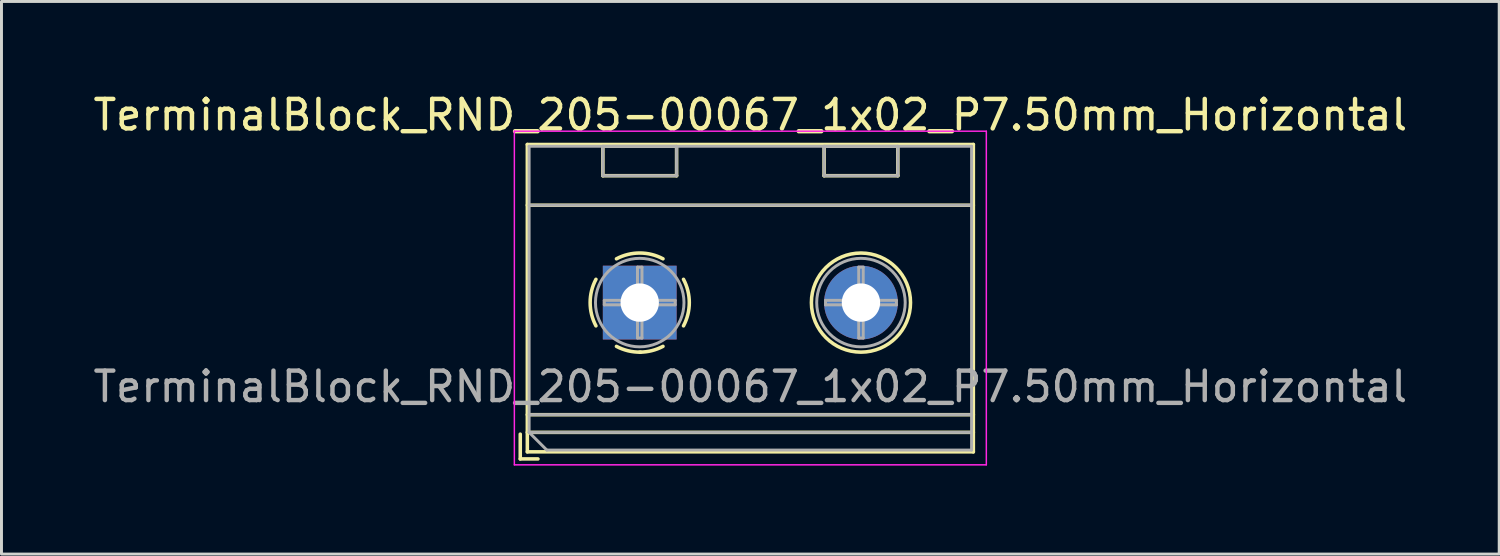
<source format=kicad_pcb>
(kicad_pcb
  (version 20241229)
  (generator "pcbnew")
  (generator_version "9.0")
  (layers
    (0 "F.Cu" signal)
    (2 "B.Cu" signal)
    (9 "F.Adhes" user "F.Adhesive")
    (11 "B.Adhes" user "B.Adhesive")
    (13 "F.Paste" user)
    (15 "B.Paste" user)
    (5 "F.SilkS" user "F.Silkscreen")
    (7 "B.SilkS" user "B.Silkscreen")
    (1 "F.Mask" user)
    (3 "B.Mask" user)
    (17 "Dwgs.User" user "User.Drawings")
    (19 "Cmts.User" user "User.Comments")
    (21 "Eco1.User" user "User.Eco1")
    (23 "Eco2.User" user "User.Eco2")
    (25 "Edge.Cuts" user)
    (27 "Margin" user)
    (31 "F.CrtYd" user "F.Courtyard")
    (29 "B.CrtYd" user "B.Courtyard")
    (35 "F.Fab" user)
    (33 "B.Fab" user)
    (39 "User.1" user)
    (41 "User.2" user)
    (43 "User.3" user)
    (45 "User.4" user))
  (footprint "TerminalBlock_RND_205-00067_1x02_P7.50mm_Horizontal"
    (layer "F.Cu")
    (at 18.637 7.208)
    (property "Reference" "TerminalBlock_RND_205-00067_1x02_P7.50mm_Horizontal" (at 3.75 -6.36 0) (layer "F.SilkS") (effects (font (size 1 1) (thickness 0.15))))
    (attr through_hole)
    (fp_line (start -4.05 4.46) (end -4.05 5.3) (stroke (width 0.12) (type solid)) (layer "F.SilkS"))
    (fp_line (start -4.05 5.3) (end -3.45 5.3) (stroke (width 0.12) (type solid)) (layer "F.SilkS"))
    (fp_line (start -3.81 -5.36) (end -3.81 5.06) (stroke (width 0.12) (type solid)) (layer "F.SilkS"))
    (fp_line (start -3.81 -5.36) (end 11.31 -5.36) (stroke (width 0.12) (type solid)) (layer "F.SilkS"))
    (fp_line (start -3.81 -3.301) (end 11.31 -3.301) (stroke (width 0.12) (type solid)) (layer "F.SilkS"))
    (fp_line (start -3.81 3.8) (end 11.31 3.8) (stroke (width 0.12) (type solid)) (layer "F.SilkS"))
    (fp_line (start -3.81 4.4) (end 11.31 4.4) (stroke (width 0.12) (type solid)) (layer "F.SilkS"))
    (fp_line (start -3.81 5.06) (end 11.31 5.06) (stroke (width 0.12) (type solid)) (layer "F.SilkS"))
    (fp_line (start -1.25 -5.301) (end -1.25 -4.301) (stroke (width 0.12) (type solid)) (layer "F.SilkS"))
    (fp_line (start -1.25 -5.301) (end 1.25 -5.301) (stroke (width 0.12) (type solid)) (layer "F.SilkS"))
    (fp_line (start -1.25 -4.301) (end 1.25 -4.301) (stroke (width 0.12) (type solid)) (layer "F.SilkS"))
    (fp_line (start 1.25 -5.301) (end 1.25 -4.301) (stroke (width 0.12) (type solid)) (layer "F.SilkS"))
    (fp_line (start 6.25 -5.301) (end 6.25 -4.301) (stroke (width 0.12) (type solid)) (layer "F.SilkS"))
    (fp_line (start 6.25 -5.301) (end 8.75 -5.301) (stroke (width 0.12) (type solid)) (layer "F.SilkS"))
    (fp_line (start 6.25 -4.301) (end 8.75 -4.301) (stroke (width 0.12) (type solid)) (layer "F.SilkS"))
    (fp_line (start 8.75 -5.301) (end 8.75 -4.301) (stroke (width 0.12) (type solid)) (layer "F.SilkS"))
    (fp_line (start 11.31 -5.36) (end 11.31 5.06) (stroke (width 0.12) (type solid)) (layer "F.SilkS"))
    (fp_arc (start -1.483953 0.789089) (mid -1.680708 0.00005) (end -1.484 -0.789) (stroke (width 0.12) (type solid)) (layer "F.SilkS"))
    (fp_arc (start -0.789089 -1.483953) (mid -0.00005 -1.680708) (end 0.789 -1.484) (stroke (width 0.12) (type solid)) (layer "F.SilkS"))
    (fp_arc (start 0.029383 1.68045) (mid -0.392304 1.634281) (end -0.789 1.484) (stroke (width 0.12) (type solid)) (layer "F.SilkS"))
    (fp_arc (start 0.788712 1.483352) (mid 0.406429 1.630097) (end 0 1.68) (stroke (width 0.12) (type solid)) (layer "F.SilkS"))
    (fp_arc (start 1.483953 -0.789089) (mid 1.680708 -0.00005) (end 1.484 0.789) (stroke (width 0.12) (type solid)) (layer "F.SilkS"))
    (fp_circle (center 7.5 0) (end 9.18 0) (stroke (width 0.12) (type solid)) (fill no) (layer "F.SilkS"))
    (fp_line (start -4.25 -5.81) (end -4.25 5.5) (stroke (width 0.05) (type solid)) (layer "F.CrtYd"))
    (fp_line (start -4.25 5.5) (end 11.75 5.5) (stroke (width 0.05) (type solid)) (layer "F.CrtYd"))
    (fp_line (start 11.75 -5.81) (end -4.25 -5.81) (stroke (width 0.05) (type solid)) (layer "F.CrtYd"))
    (fp_line (start 11.75 5.5) (end 11.75 -5.81) (stroke (width 0.05) (type solid)) (layer "F.CrtYd"))
    (fp_line (start -3.75 -5.3) (end 11.25 -5.3) (stroke (width 0.1) (type solid)) (layer "F.Fab"))
    (fp_line (start -3.75 -3.3) (end 11.25 -3.3) (stroke (width 0.1) (type solid)) (layer "F.Fab"))
    (fp_line (start -3.75 3.8) (end 11.25 3.8) (stroke (width 0.1) (type solid)) (layer "F.Fab"))
    (fp_line (start -3.75 4.4) (end -3.75 -5.3) (stroke (width 0.1) (type solid)) (layer "F.Fab"))
    (fp_line (start -3.75 4.4) (end 11.25 4.4) (stroke (width 0.1) (type solid)) (layer "F.Fab"))
    (fp_line (start -3.15 5) (end -3.75 4.4) (stroke (width 0.1) (type solid)) (layer "F.Fab"))
    (fp_line (start -1.25 -5.3) (end -1.25 -4.3) (stroke (width 0.1) (type solid)) (layer "F.Fab"))
    (fp_line (start -1.25 -4.3) (end 1.25 -4.3) (stroke (width 0.1) (type solid)) (layer "F.Fab"))
    (fp_line (start -1.201 -0.076) (end -0.076 -0.076) (stroke (width 0.1) (type solid)) (layer "F.Fab"))
    (fp_line (start -1.201 0.076) (end -1.201 -0.076) (stroke (width 0.1) (type solid)) (layer "F.Fab"))
    (fp_line (start -0.076 -1.201) (end 0.076 -1.201) (stroke (width 0.1) (type solid)) (layer "F.Fab"))
    (fp_line (start -0.076 -0.076) (end -0.076 -1.201) (stroke (width 0.1) (type solid)) (layer "F.Fab"))
    (fp_line (start -0.076 0.076) (end -1.201 0.076) (stroke (width 0.1) (type solid)) (layer "F.Fab"))
    (fp_line (start -0.076 1.201) (end -0.076 0.076) (stroke (width 0.1) (type solid)) (layer "F.Fab"))
    (fp_line (start 0.076 -1.201) (end 0.076 -0.076) (stroke (width 0.1) (type solid)) (layer "F.Fab"))
    (fp_line (start 0.076 -0.076) (end 1.201 -0.076) (stroke (width 0.1) (type solid)) (layer "F.Fab"))
    (fp_line (start 0.076 0.076) (end 0.076 1.201) (stroke (width 0.1) (type solid)) (layer "F.Fab"))
    (fp_line (start 0.076 1.201) (end -0.076 1.201) (stroke (width 0.1) (type solid)) (layer "F.Fab"))
    (fp_line (start 1.201 -0.076) (end 1.201 0.076) (stroke (width 0.1) (type solid)) (layer "F.Fab"))
    (fp_line (start 1.201 0.076) (end 0.076 0.076) (stroke (width 0.1) (type solid)) (layer "F.Fab"))
    (fp_line (start 1.25 -5.3) (end -1.25 -5.3) (stroke (width 0.1) (type solid)) (layer "F.Fab"))
    (fp_line (start 1.25 -4.3) (end 1.25 -5.3) (stroke (width 0.1) (type solid)) (layer "F.Fab"))
    (fp_line (start 6.25 -5.3) (end 6.25 -4.3) (stroke (width 0.1) (type solid)) (layer "F.Fab"))
    (fp_line (start 6.25 -4.3) (end 8.75 -4.3) (stroke (width 0.1) (type solid)) (layer "F.Fab"))
    (fp_line (start 6.299 -0.076) (end 7.424 -0.076) (stroke (width 0.1) (type solid)) (layer "F.Fab"))
    (fp_line (start 6.299 0.076) (end 6.299 -0.076) (stroke (width 0.1) (type solid)) (layer "F.Fab"))
    (fp_line (start 7.424 -1.201) (end 7.576 -1.201) (stroke (width 0.1) (type solid)) (layer "F.Fab"))
    (fp_line (start 7.424 -0.076) (end 7.424 -1.201) (stroke (width 0.1) (type solid)) (layer "F.Fab"))
    (fp_line (start 7.424 0.076) (end 6.299 0.076) (stroke (width 0.1) (type solid)) (layer "F.Fab"))
    (fp_line (start 7.424 1.201) (end 7.424 0.076) (stroke (width 0.1) (type solid)) (layer "F.Fab"))
    (fp_line (start 7.576 -1.201) (end 7.576 -0.076) (stroke (width 0.1) (type solid)) (layer "F.Fab"))
    (fp_line (start 7.576 -0.076) (end 8.701 -0.076) (stroke (width 0.1) (type solid)) (layer "F.Fab"))
    (fp_line (start 7.576 0.076) (end 7.576 1.201) (stroke (width 0.1) (type solid)) (layer "F.Fab"))
    (fp_line (start 7.576 1.201) (end 7.424 1.201) (stroke (width 0.1) (type solid)) (layer "F.Fab"))
    (fp_line (start 8.701 -0.076) (end 8.701 0.076) (stroke (width 0.1) (type solid)) (layer "F.Fab"))
    (fp_line (start 8.701 0.076) (end 7.576 0.076) (stroke (width 0.1) (type solid)) (layer "F.Fab"))
    (fp_line (start 8.75 -5.3) (end 6.25 -5.3) (stroke (width 0.1) (type solid)) (layer "F.Fab"))
    (fp_line (start 8.75 -4.3) (end 8.75 -5.3) (stroke (width 0.1) (type solid)) (layer "F.Fab"))
    (fp_line (start 11.25 -5.3) (end 11.25 5) (stroke (width 0.1) (type solid)) (layer "F.Fab"))
    (fp_line (start 11.25 5) (end -3.15 5) (stroke (width 0.1) (type solid)) (layer "F.Fab"))
    (fp_circle (center 0 0) (end 1.5 0) (stroke (width 0.1) (type solid)) (fill no) (layer "F.Fab"))
    (fp_circle (center 7.5 0) (end 9 0) (stroke (width 0.1) (type solid)) (fill no) (layer "F.Fab"))
    (fp_text user "${REFERENCE}" (at 3.75 2.85 0) (layer "F.Fab") (effects (font (size 1 1) (thickness 0.15))))
    (pad "1" thru_hole rect (at 0 0) (size 2.5 2.5) (drill 1.3) (layers "*.Cu" "*.Mask"))
    (pad "2" thru_hole circle (at 7.5 0) (size 2.5 2.5) (drill 1.3) (layers "*.Cu" "*.Mask")))
  (gr_rect
    (start -3 -3)
    (end 47.774 15.733)
    (stroke (width 0.1) (type default))
    (fill no)
    (layer "Edge.Cuts")))
</source>
